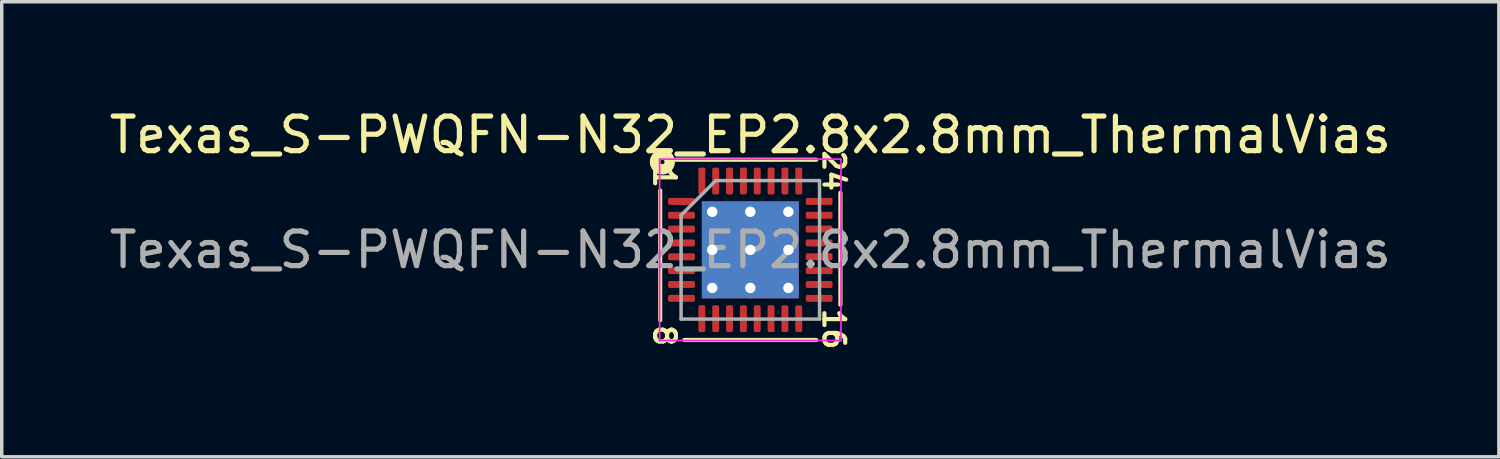
<source format=kicad_pcb>
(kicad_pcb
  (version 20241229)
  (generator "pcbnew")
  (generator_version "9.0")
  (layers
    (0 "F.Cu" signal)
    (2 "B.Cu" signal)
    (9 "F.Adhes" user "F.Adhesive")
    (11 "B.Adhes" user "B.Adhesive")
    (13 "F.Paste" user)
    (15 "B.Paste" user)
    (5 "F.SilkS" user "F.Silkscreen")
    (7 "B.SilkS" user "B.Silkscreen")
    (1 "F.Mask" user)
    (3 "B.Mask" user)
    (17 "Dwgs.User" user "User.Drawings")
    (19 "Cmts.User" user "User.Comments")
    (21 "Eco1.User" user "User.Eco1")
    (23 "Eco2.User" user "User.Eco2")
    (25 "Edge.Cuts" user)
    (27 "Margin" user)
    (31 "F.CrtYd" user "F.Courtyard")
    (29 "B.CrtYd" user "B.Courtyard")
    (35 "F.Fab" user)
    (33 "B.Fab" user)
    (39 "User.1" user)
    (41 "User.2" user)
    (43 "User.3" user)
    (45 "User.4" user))
  (footprint "Texas_S-PWQFN-N32_EP2.8x2.8mm_ThermalVias"
    (layer "F.Cu")
    (at 18.625 4.168)
    (property "Reference" "Texas_S-PWQFN-N32_EP2.8x2.8mm_ThermalVias" (at 0 -3.32 0) (layer "F.SilkS") (effects (font (size 1 1) (thickness 0.15))))
    (attr smd)
    (fp_line (start -2.603 -1.714) (end -2.603 2.032) (stroke (width 0.12) (type solid)) (layer "F.SilkS"))
    (fp_line (start -1.905 2.603) (end 1.905 2.603) (stroke (width 0.12) (type solid)) (layer "F.SilkS"))
    (fp_line (start 1.905 -2.603) (end -2.159 -2.603) (stroke (width 0.12) (type solid)) (layer "F.SilkS"))
    (fp_line (start 2.603 1.587) (end 2.603 -1.651) (stroke (width 0.12) (type solid)) (layer "F.SilkS"))
    (fp_circle (center -2.54 -2.54) (end -2.477 -2.54) (stroke (width 0.3) (type solid)) (fill no) (layer "F.SilkS"))
    (fp_line (start -2.62 -2.62) (end -2.62 2.62) (stroke (width 0.05) (type solid)) (layer "F.CrtYd"))
    (fp_line (start -2.62 2.62) (end 2.62 2.62) (stroke (width 0.05) (type solid)) (layer "F.CrtYd"))
    (fp_line (start 2.62 -2.62) (end -2.62 -2.62) (stroke (width 0.05) (type solid)) (layer "F.CrtYd"))
    (fp_line (start 2.62 2.62) (end 2.62 -2.62) (stroke (width 0.05) (type solid)) (layer "F.CrtYd"))
    (fp_line (start -2 -1) (end -1 -2) (stroke (width 0.1) (type solid)) (layer "F.Fab"))
    (fp_line (start -2 2) (end -2 -1) (stroke (width 0.1) (type solid)) (layer "F.Fab"))
    (fp_line (start -1 -2) (end 2 -2) (stroke (width 0.1) (type solid)) (layer "F.Fab"))
    (fp_line (start 2 -2) (end 2 2) (stroke (width 0.1) (type solid)) (layer "F.Fab"))
    (fp_line (start 2 2) (end -2 2) (stroke (width 0.1) (type solid)) (layer "F.Fab"))
    (fp_text user "8" (at -2.477 2.477 270) (unlocked yes) (layer "F.SilkS") (effects (font (size 0.6 0.6) (thickness 0.12))))
    (fp_text user "16" (at 2.413 2.286 270) (unlocked yes) (layer "F.SilkS") (effects (font (size 0.6 0.6) (thickness 0.12))))
    (fp_text user "24" (at 2.413 -2.286 270) (unlocked yes) (layer "F.SilkS") (effects (font (size 0.6 0.6) (thickness 0.12))))
    (fp_text user "1" (at -2.477 -2.095 270) (unlocked yes) (layer "F.SilkS") (effects (font (size 0.6 0.6) (thickness 0.12))))
    (fp_text user "${REFERENCE}" (at 0 0 0) (layer "F.Fab") (effects (font (size 1 1) (thickness 0.15))))
    (pad "" smd roundrect (at -0.7 -0.7) (size 1.17 1.17) (layers "F.Paste") (roundrect_rratio 0.214))
    (pad "" smd roundrect (at -0.7 0.7) (size 1.17 1.17) (layers "F.Paste") (roundrect_rratio 0.214))
    (pad "" smd roundrect (at 0.7 -0.7) (size 1.17 1.17) (layers "F.Paste") (roundrect_rratio 0.214))
    (pad "" smd roundrect (at 0.7 0.7) (size 1.17 1.17) (layers "F.Paste") (roundrect_rratio 0.214))
    (pad "1" smd roundrect (at -1.988 -1.4) (size 0.775 0.2) (layers "F.Cu" "F.Mask" "F.Paste") (roundrect_rratio 0.25))
    (pad "2" smd roundrect (at -1.988 -1) (size 0.775 0.2) (layers "F.Cu" "F.Mask" "F.Paste") (roundrect_rratio 0.25))
    (pad "3" smd roundrect (at -1.988 -0.6) (size 0.775 0.2) (layers "F.Cu" "F.Mask" "F.Paste") (roundrect_rratio 0.25))
    (pad "4" smd roundrect (at -1.988 -0.2) (size 0.775 0.2) (layers "F.Cu" "F.Mask" "F.Paste") (roundrect_rratio 0.25))
    (pad "5" smd roundrect (at -1.988 0.2) (size 0.775 0.2) (layers "F.Cu" "F.Mask" "F.Paste") (roundrect_rratio 0.25))
    (pad "6" smd roundrect (at -1.988 0.6) (size 0.775 0.2) (layers "F.Cu" "F.Mask" "F.Paste") (roundrect_rratio 0.25))
    (pad "7" smd roundrect (at -1.988 1) (size 0.775 0.2) (layers "F.Cu" "F.Mask" "F.Paste") (roundrect_rratio 0.25))
    (pad "8" smd roundrect (at -1.988 1.4) (size 0.775 0.2) (layers "F.Cu" "F.Mask" "F.Paste") (roundrect_rratio 0.25))
    (pad "9" smd roundrect (at -1.4 1.988) (size 0.2 0.775) (layers "F.Cu" "F.Mask" "F.Paste") (roundrect_rratio 0.25))
    (pad "10" smd roundrect (at -1 1.988) (size 0.2 0.775) (layers "F.Cu" "F.Mask" "F.Paste") (roundrect_rratio 0.25))
    (pad "11" smd roundrect (at -0.6 1.988) (size 0.2 0.775) (layers "F.Cu" "F.Mask" "F.Paste") (roundrect_rratio 0.25))
    (pad "12" smd roundrect (at -0.2 1.988) (size 0.2 0.775) (layers "F.Cu" "F.Mask" "F.Paste") (roundrect_rratio 0.25))
    (pad "13" smd roundrect (at 0.2 1.988) (size 0.2 0.775) (layers "F.Cu" "F.Mask" "F.Paste") (roundrect_rratio 0.25))
    (pad "14" smd roundrect (at 0.6 1.988) (size 0.2 0.775) (layers "F.Cu" "F.Mask" "F.Paste") (roundrect_rratio 0.25))
    (pad "15" smd roundrect (at 1 1.988) (size 0.2 0.775) (layers "F.Cu" "F.Mask" "F.Paste") (roundrect_rratio 0.25))
    (pad "16" smd roundrect (at 1.4 1.988) (size 0.2 0.775) (layers "F.Cu" "F.Mask" "F.Paste") (roundrect_rratio 0.25))
    (pad "17" smd roundrect (at 1.988 1.4) (size 0.775 0.2) (layers "F.Cu" "F.Mask" "F.Paste") (roundrect_rratio 0.25))
    (pad "18" smd roundrect (at 1.988 1) (size 0.775 0.2) (layers "F.Cu" "F.Mask" "F.Paste") (roundrect_rratio 0.25))
    (pad "19" smd roundrect (at 1.988 0.6) (size 0.775 0.2) (layers "F.Cu" "F.Mask" "F.Paste") (roundrect_rratio 0.25))
    (pad "20" smd roundrect (at 1.988 0.2) (size 0.775 0.2) (layers "F.Cu" "F.Mask" "F.Paste") (roundrect_rratio 0.25))
    (pad "21" smd roundrect (at 1.988 -0.2) (size 0.775 0.2) (layers "F.Cu" "F.Mask" "F.Paste") (roundrect_rratio 0.25))
    (pad "22" smd roundrect (at 1.988 -0.6) (size 0.775 0.2) (layers "F.Cu" "F.Mask" "F.Paste") (roundrect_rratio 0.25))
    (pad "23" smd roundrect (at 1.988 -1) (size 0.775 0.2) (layers "F.Cu" "F.Mask" "F.Paste") (roundrect_rratio 0.25))
    (pad "24" smd roundrect (at 1.988 -1.4) (size 0.775 0.2) (layers "F.Cu" "F.Mask" "F.Paste") (roundrect_rratio 0.25))
    (pad "25" smd roundrect (at 1.4 -1.988) (size 0.2 0.775) (layers "F.Cu" "F.Mask" "F.Paste") (roundrect_rratio 0.25))
    (pad "26" smd roundrect (at 1 -1.988) (size 0.2 0.775) (layers "F.Cu" "F.Mask" "F.Paste") (roundrect_rratio 0.25))
    (pad "27" smd roundrect (at 0.6 -1.988) (size 0.2 0.775) (layers "F.Cu" "F.Mask" "F.Paste") (roundrect_rratio 0.25))
    (pad "28" smd roundrect (at 0.2 -1.988) (size 0.2 0.775) (layers "F.Cu" "F.Mask" "F.Paste") (roundrect_rratio 0.25))
    (pad "29" smd roundrect (at -0.2 -1.988) (size 0.2 0.775) (layers "F.Cu" "F.Mask" "F.Paste") (roundrect_rratio 0.25))
    (pad "30" smd roundrect (at -0.6 -1.988) (size 0.2 0.775) (layers "F.Cu" "F.Mask" "F.Paste") (roundrect_rratio 0.25))
    (pad "31" smd roundrect (at -1 -1.988) (size 0.2 0.775) (layers "F.Cu" "F.Mask" "F.Paste") (roundrect_rratio 0.25))
    (pad "32" smd roundrect (at -1.4 -1.988) (size 0.2 0.775) (layers "F.Cu" "F.Mask" "F.Paste") (roundrect_rratio 0.25))
    (pad "33" thru_hole circle (at -1.1 -1.1) (size 0.6 0.6) (drill 0.3) (layers "*.Cu"))
    (pad "33" thru_hole circle (at -1.1 0) (size 0.6 0.6) (drill 0.3) (layers "*.Cu"))
    (pad "33" thru_hole circle (at -1.1 1.1) (size 0.6 0.6) (drill 0.3) (layers "*.Cu"))
    (pad "33" thru_hole circle (at 0 -1.1) (size 0.6 0.6) (drill 0.3) (layers "*.Cu"))
    (pad "33" thru_hole circle (at 0 0) (size 0.6 0.6) (drill 0.3) (layers "*.Cu"))
    (pad "33" smd rect (at 0 0) (size 2.8 2.8) (layers "F.Cu" "F.Mask"))
    (pad "33" smd rect (at 0 0) (size 2.8 2.8) (layers "B.Cu" "B.Mask"))
    (pad "33" thru_hole circle (at 0 1.1) (size 0.6 0.6) (drill 0.3) (layers "*.Cu"))
    (pad "33" thru_hole circle (at 1.1 -1.1) (size 0.6 0.6) (drill 0.3) (layers "*.Cu"))
    (pad "33" thru_hole circle (at 1.1 0) (size 0.6 0.6) (drill 0.3) (layers "*.Cu"))
    (pad "33" thru_hole circle (at 1.1 1.1) (size 0.6 0.6) (drill 0.3) (layers "*.Cu")))
  (gr_rect
    (start -3 -3)
    (end 40.25 10.146)
    (stroke (width 0.1) (type default))
    (fill no)
    (layer "Edge.Cuts")))
</source>
